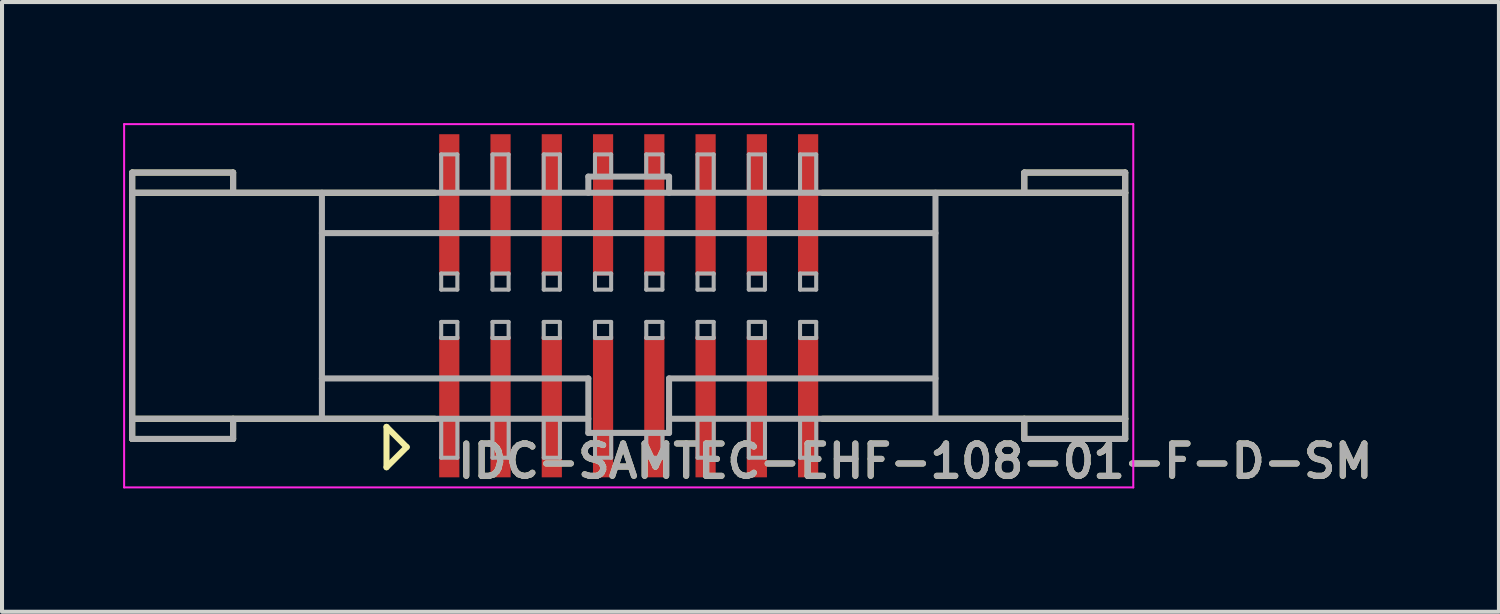
<source format=kicad_pcb>
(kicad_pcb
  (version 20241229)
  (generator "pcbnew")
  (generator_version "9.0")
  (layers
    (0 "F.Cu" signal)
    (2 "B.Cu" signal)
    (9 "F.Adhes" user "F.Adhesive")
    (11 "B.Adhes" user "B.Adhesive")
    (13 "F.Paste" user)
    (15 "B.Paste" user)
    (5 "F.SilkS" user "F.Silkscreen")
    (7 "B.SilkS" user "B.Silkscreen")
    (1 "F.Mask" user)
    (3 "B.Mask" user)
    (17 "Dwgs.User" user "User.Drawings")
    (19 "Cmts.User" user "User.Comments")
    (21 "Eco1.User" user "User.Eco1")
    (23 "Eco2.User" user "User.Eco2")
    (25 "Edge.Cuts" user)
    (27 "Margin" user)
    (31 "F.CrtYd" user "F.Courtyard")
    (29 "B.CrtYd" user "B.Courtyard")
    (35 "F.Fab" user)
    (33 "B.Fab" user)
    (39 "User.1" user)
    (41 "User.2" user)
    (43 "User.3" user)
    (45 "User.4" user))
  (footprint "IDC-SAMTEC-EHF-108-01-F-D-SM"
    (layer "F.Cu")
    (at 12.525 4.525)
    (property "Reference" "IDC-SAMTEC-EHF-108-01-F-D-SM" (at 7.1 3.85 0) (layer "F.SilkS") (effects (font (size 0.8 0.8) (thickness 0.15))))
    (attr smd)
    (fp_line (start -12.3 -3.3) (end -9.8 -3.3) (stroke (width 0.15) (type solid)) (layer "F.SilkS"))
    (fp_line (start -12.3 -2.8) (end -12.3 -3.3) (stroke (width 0.15) (type solid)) (layer "F.SilkS"))
    (fp_line (start -12.3 2.8) (end -12.3 -2.8) (stroke (width 0.15) (type solid)) (layer "F.SilkS"))
    (fp_line (start -12.3 2.8) (end -12.3 3.3) (stroke (width 0.15) (type solid)) (layer "F.SilkS"))
    (fp_line (start -12.3 2.8) (end -4.8 2.8) (stroke (width 0.15) (type solid)) (layer "F.SilkS"))
    (fp_line (start -12.3 3.3) (end -9.8 3.3) (stroke (width 0.15) (type solid)) (layer "F.SilkS"))
    (fp_line (start -9.8 -3.3) (end -9.8 -2.8) (stroke (width 0.15) (type solid)) (layer "F.SilkS"))
    (fp_line (start -9.8 3.3) (end -9.8 2.8) (stroke (width 0.15) (type solid)) (layer "F.SilkS"))
    (fp_line (start -6 3) (end -6 4) (stroke (width 0.15) (type solid)) (layer "F.SilkS"))
    (fp_line (start -6 4) (end -5.5 3.5) (stroke (width 0.15) (type solid)) (layer "F.SilkS"))
    (fp_line (start -5.5 3.5) (end -6 3) (stroke (width 0.15) (type solid)) (layer "F.SilkS"))
    (fp_line (start -4.8 -2.8) (end -12.3 -2.8) (stroke (width 0.15) (type solid)) (layer "F.SilkS"))
    (fp_line (start 4.8 2.8) (end 12.3 2.8) (stroke (width 0.15) (type solid)) (layer "F.SilkS"))
    (fp_line (start 9.8 -3.3) (end 9.8 -2.8) (stroke (width 0.15) (type solid)) (layer "F.SilkS"))
    (fp_line (start 9.8 3.3) (end 9.8 2.8) (stroke (width 0.15) (type solid)) (layer "F.SilkS"))
    (fp_line (start 12.3 -3.3) (end 9.8 -3.3) (stroke (width 0.15) (type solid)) (layer "F.SilkS"))
    (fp_line (start 12.3 -2.8) (end 4.8 -2.8) (stroke (width 0.15) (type solid)) (layer "F.SilkS"))
    (fp_line (start 12.3 -2.8) (end 12.3 -3.3) (stroke (width 0.15) (type solid)) (layer "F.SilkS"))
    (fp_line (start 12.3 -2.8) (end 12.3 2.8) (stroke (width 0.15) (type solid)) (layer "F.SilkS"))
    (fp_line (start 12.3 2.8) (end 12.3 3.3) (stroke (width 0.15) (type solid)) (layer "F.SilkS"))
    (fp_line (start 12.3 3.3) (end 9.8 3.3) (stroke (width 0.15) (type solid)) (layer "F.SilkS"))
    (fp_line (start -12.5 -4.5) (end 12.5 -4.5) (stroke (width 0.05) (type solid)) (layer "F.CrtYd"))
    (fp_line (start -12.5 4.5) (end -12.5 -4.5) (stroke (width 0.05) (type solid)) (layer "F.CrtYd"))
    (fp_line (start 12.5 -4.5) (end 12.5 4.5) (stroke (width 0.05) (type solid)) (layer "F.CrtYd"))
    (fp_line (start 12.5 4.5) (end -12.5 4.5) (stroke (width 0.05) (type solid)) (layer "F.CrtYd"))
    (fp_line (start -12.3 -3.3) (end -12.3 -2.8) (stroke (width 0.15) (type solid)) (layer "F.Fab"))
    (fp_line (start -12.3 -2.8) (end 12.3 -2.8) (stroke (width 0.15) (type solid)) (layer "F.Fab"))
    (fp_line (start -12.3 2.8) (end -12.3 -2.8) (stroke (width 0.15) (type solid)) (layer "F.Fab"))
    (fp_line (start -12.3 2.8) (end -12.3 3.3) (stroke (width 0.15) (type solid)) (layer "F.Fab"))
    (fp_line (start -12.3 2.8) (end -1 2.8) (stroke (width 0.15) (type solid)) (layer "F.Fab"))
    (fp_line (start -12.3 3.3) (end -9.8 3.3) (stroke (width 0.15) (type solid)) (layer "F.Fab"))
    (fp_line (start -9.8 -3.3) (end -12.3 -3.3) (stroke (width 0.15) (type solid)) (layer "F.Fab"))
    (fp_line (start -9.8 -2.8) (end -9.8 -3.3) (stroke (width 0.15) (type solid)) (layer "F.Fab"))
    (fp_line (start -9.8 3.3) (end -9.8 2.8) (stroke (width 0.15) (type solid)) (layer "F.Fab"))
    (fp_line (start -7.6 -2.8) (end -7.6 2.8) (stroke (width 0.15) (type solid)) (layer "F.Fab"))
    (fp_line (start -7.6 -1.8) (end 7.6 -1.8) (stroke (width 0.15) (type solid)) (layer "F.Fab"))
    (fp_line (start -7.6 1.8) (end -1 1.8) (stroke (width 0.15) (type solid)) (layer "F.Fab"))
    (fp_line (start -4.645 -3.75) (end -4.245 -3.75) (stroke (width 0.1) (type solid)) (layer "F.Fab"))
    (fp_line (start -4.645 -2.8) (end -4.645 -3.75) (stroke (width 0.1) (type solid)) (layer "F.Fab"))
    (fp_line (start -4.645 -0.8) (end -4.245 -0.8) (stroke (width 0.1) (type solid)) (layer "F.Fab"))
    (fp_line (start -4.645 -0.4) (end -4.645 -0.8) (stroke (width 0.1) (type solid)) (layer "F.Fab"))
    (fp_line (start -4.645 0.4) (end -4.245 0.4) (stroke (width 0.1) (type solid)) (layer "F.Fab"))
    (fp_line (start -4.645 0.8) (end -4.645 0.4) (stroke (width 0.1) (type solid)) (layer "F.Fab"))
    (fp_line (start -4.644 3.765) (end -4.644 2.815) (stroke (width 0.1) (type solid)) (layer "F.Fab"))
    (fp_line (start -4.245 -3.75) (end -4.245 -2.8) (stroke (width 0.1) (type solid)) (layer "F.Fab"))
    (fp_line (start -4.245 -0.8) (end -4.245 -0.4) (stroke (width 0.1) (type solid)) (layer "F.Fab"))
    (fp_line (start -4.245 -0.4) (end -4.645 -0.4) (stroke (width 0.1) (type solid)) (layer "F.Fab"))
    (fp_line (start -4.245 0.4) (end -4.245 0.8) (stroke (width 0.1) (type solid)) (layer "F.Fab"))
    (fp_line (start -4.245 0.8) (end -4.645 0.8) (stroke (width 0.1) (type solid)) (layer "F.Fab"))
    (fp_line (start -4.244 2.815) (end -4.244 3.765) (stroke (width 0.1) (type solid)) (layer "F.Fab"))
    (fp_line (start -4.244 3.765) (end -4.644 3.765) (stroke (width 0.1) (type solid)) (layer "F.Fab"))
    (fp_line (start -3.375 -3.75) (end -2.975 -3.75) (stroke (width 0.1) (type solid)) (layer "F.Fab"))
    (fp_line (start -3.375 -2.8) (end -3.375 -3.75) (stroke (width 0.1) (type solid)) (layer "F.Fab"))
    (fp_line (start -3.375 -0.8) (end -2.975 -0.8) (stroke (width 0.1) (type solid)) (layer "F.Fab"))
    (fp_line (start -3.375 -0.4) (end -3.375 -0.8) (stroke (width 0.1) (type solid)) (layer "F.Fab"))
    (fp_line (start -3.375 0.4) (end -2.975 0.4) (stroke (width 0.1) (type solid)) (layer "F.Fab"))
    (fp_line (start -3.375 0.8) (end -3.375 0.4) (stroke (width 0.1) (type solid)) (layer "F.Fab"))
    (fp_line (start -3.374 3.765) (end -3.374 2.815) (stroke (width 0.1) (type solid)) (layer "F.Fab"))
    (fp_line (start -2.975 -3.75) (end -2.975 -2.8) (stroke (width 0.1) (type solid)) (layer "F.Fab"))
    (fp_line (start -2.975 -0.8) (end -2.975 -0.4) (stroke (width 0.1) (type solid)) (layer "F.Fab"))
    (fp_line (start -2.975 -0.4) (end -3.375 -0.4) (stroke (width 0.1) (type solid)) (layer "F.Fab"))
    (fp_line (start -2.975 0.4) (end -2.975 0.8) (stroke (width 0.1) (type solid)) (layer "F.Fab"))
    (fp_line (start -2.975 0.8) (end -3.375 0.8) (stroke (width 0.1) (type solid)) (layer "F.Fab"))
    (fp_line (start -2.974 2.815) (end -2.974 3.765) (stroke (width 0.1) (type solid)) (layer "F.Fab"))
    (fp_line (start -2.974 3.765) (end -3.374 3.765) (stroke (width 0.1) (type solid)) (layer "F.Fab"))
    (fp_line (start -2.105 -3.75) (end -1.705 -3.75) (stroke (width 0.1) (type solid)) (layer "F.Fab"))
    (fp_line (start -2.105 -2.8) (end -2.105 -3.75) (stroke (width 0.1) (type solid)) (layer "F.Fab"))
    (fp_line (start -2.105 -0.8) (end -1.705 -0.8) (stroke (width 0.1) (type solid)) (layer "F.Fab"))
    (fp_line (start -2.105 -0.4) (end -2.105 -0.8) (stroke (width 0.1) (type solid)) (layer "F.Fab"))
    (fp_line (start -2.105 0.4) (end -1.705 0.4) (stroke (width 0.1) (type solid)) (layer "F.Fab"))
    (fp_line (start -2.105 0.8) (end -2.105 0.4) (stroke (width 0.1) (type solid)) (layer "F.Fab"))
    (fp_line (start -2.104 3.765) (end -2.104 2.815) (stroke (width 0.1) (type solid)) (layer "F.Fab"))
    (fp_line (start -1.705 -3.75) (end -1.705 -2.8) (stroke (width 0.1) (type solid)) (layer "F.Fab"))
    (fp_line (start -1.705 -0.8) (end -1.705 -0.4) (stroke (width 0.1) (type solid)) (layer "F.Fab"))
    (fp_line (start -1.705 -0.4) (end -2.105 -0.4) (stroke (width 0.1) (type solid)) (layer "F.Fab"))
    (fp_line (start -1.705 0.4) (end -1.705 0.8) (stroke (width 0.1) (type solid)) (layer "F.Fab"))
    (fp_line (start -1.705 0.8) (end -2.105 0.8) (stroke (width 0.1) (type solid)) (layer "F.Fab"))
    (fp_line (start -1.704 2.815) (end -1.704 3.765) (stroke (width 0.1) (type solid)) (layer "F.Fab"))
    (fp_line (start -1.704 3.765) (end -2.104 3.765) (stroke (width 0.1) (type solid)) (layer "F.Fab"))
    (fp_line (start -1 -3.2) (end 1 -3.2) (stroke (width 0.15) (type solid)) (layer "F.Fab"))
    (fp_line (start -1 -2.8) (end -1 -3.2) (stroke (width 0.15) (type solid)) (layer "F.Fab"))
    (fp_line (start -1 1.8) (end -1 3.15) (stroke (width 0.15) (type solid)) (layer "F.Fab"))
    (fp_line (start -1 3.15) (end 1 3.15) (stroke (width 0.15) (type solid)) (layer "F.Fab"))
    (fp_line (start -0.835 -3.75) (end -0.435 -3.75) (stroke (width 0.1) (type solid)) (layer "F.Fab"))
    (fp_line (start -0.835 -3.2) (end -0.835 -3.75) (stroke (width 0.1) (type solid)) (layer "F.Fab"))
    (fp_line (start -0.835 -0.8) (end -0.435 -0.8) (stroke (width 0.1) (type solid)) (layer "F.Fab"))
    (fp_line (start -0.835 -0.4) (end -0.835 -0.8) (stroke (width 0.1) (type solid)) (layer "F.Fab"))
    (fp_line (start -0.835 0.4) (end -0.435 0.4) (stroke (width 0.1) (type solid)) (layer "F.Fab"))
    (fp_line (start -0.835 0.8) (end -0.835 0.4) (stroke (width 0.1) (type solid)) (layer "F.Fab"))
    (fp_line (start -0.834 3.765) (end -0.834 3.15) (stroke (width 0.1) (type solid)) (layer "F.Fab"))
    (fp_line (start -0.435 -3.75) (end -0.435 -3.2) (stroke (width 0.1) (type solid)) (layer "F.Fab"))
    (fp_line (start -0.435 -0.8) (end -0.435 -0.4) (stroke (width 0.1) (type solid)) (layer "F.Fab"))
    (fp_line (start -0.435 -0.4) (end -0.835 -0.4) (stroke (width 0.1) (type solid)) (layer "F.Fab"))
    (fp_line (start -0.435 0.4) (end -0.435 0.8) (stroke (width 0.1) (type solid)) (layer "F.Fab"))
    (fp_line (start -0.435 0.8) (end -0.835 0.8) (stroke (width 0.1) (type solid)) (layer "F.Fab"))
    (fp_line (start -0.434 3.15) (end -0.434 3.765) (stroke (width 0.1) (type solid)) (layer "F.Fab"))
    (fp_line (start -0.434 3.765) (end -0.834 3.765) (stroke (width 0.1) (type solid)) (layer "F.Fab"))
    (fp_line (start 0.435 -3.75) (end 0.835 -3.75) (stroke (width 0.1) (type solid)) (layer "F.Fab"))
    (fp_line (start 0.435 -3.2) (end 0.435 -3.75) (stroke (width 0.1) (type solid)) (layer "F.Fab"))
    (fp_line (start 0.435 -0.8) (end 0.835 -0.8) (stroke (width 0.1) (type solid)) (layer "F.Fab"))
    (fp_line (start 0.435 -0.4) (end 0.435 -0.8) (stroke (width 0.1) (type solid)) (layer "F.Fab"))
    (fp_line (start 0.435 0.4) (end 0.835 0.4) (stroke (width 0.1) (type solid)) (layer "F.Fab"))
    (fp_line (start 0.435 0.8) (end 0.435 0.4) (stroke (width 0.1) (type solid)) (layer "F.Fab"))
    (fp_line (start 0.436 3.765) (end 0.436 3.15) (stroke (width 0.1) (type solid)) (layer "F.Fab"))
    (fp_line (start 0.835 -3.75) (end 0.835 -3.2) (stroke (width 0.1) (type solid)) (layer "F.Fab"))
    (fp_line (start 0.835 -0.8) (end 0.835 -0.4) (stroke (width 0.1) (type solid)) (layer "F.Fab"))
    (fp_line (start 0.835 -0.4) (end 0.435 -0.4) (stroke (width 0.1) (type solid)) (layer "F.Fab"))
    (fp_line (start 0.835 0.4) (end 0.835 0.8) (stroke (width 0.1) (type solid)) (layer "F.Fab"))
    (fp_line (start 0.835 0.8) (end 0.435 0.8) (stroke (width 0.1) (type solid)) (layer "F.Fab"))
    (fp_line (start 0.836 3.15) (end 0.836 3.765) (stroke (width 0.1) (type solid)) (layer "F.Fab"))
    (fp_line (start 0.836 3.765) (end 0.436 3.765) (stroke (width 0.1) (type solid)) (layer "F.Fab"))
    (fp_line (start 1 -3.2) (end 1 -2.8) (stroke (width 0.15) (type solid)) (layer "F.Fab"))
    (fp_line (start 1 1.8) (end 7.6 1.8) (stroke (width 0.15) (type solid)) (layer "F.Fab"))
    (fp_line (start 1 2.8) (end 12.3 2.8) (stroke (width 0.15) (type solid)) (layer "F.Fab"))
    (fp_line (start 1 3.15) (end 1 1.8) (stroke (width 0.15) (type solid)) (layer "F.Fab"))
    (fp_line (start 1.705 -3.75) (end 2.105 -3.75) (stroke (width 0.1) (type solid)) (layer "F.Fab"))
    (fp_line (start 1.705 -2.8) (end 1.705 -3.75) (stroke (width 0.1) (type solid)) (layer "F.Fab"))
    (fp_line (start 1.705 -0.8) (end 2.105 -0.8) (stroke (width 0.1) (type solid)) (layer "F.Fab"))
    (fp_line (start 1.705 -0.4) (end 1.705 -0.8) (stroke (width 0.1) (type solid)) (layer "F.Fab"))
    (fp_line (start 1.705 0.4) (end 2.105 0.4) (stroke (width 0.1) (type solid)) (layer "F.Fab"))
    (fp_line (start 1.705 0.8) (end 1.705 0.4) (stroke (width 0.1) (type solid)) (layer "F.Fab"))
    (fp_line (start 1.706 3.765) (end 1.706 2.815) (stroke (width 0.1) (type solid)) (layer "F.Fab"))
    (fp_line (start 2.105 -3.75) (end 2.105 -2.8) (stroke (width 0.1) (type solid)) (layer "F.Fab"))
    (fp_line (start 2.105 -0.8) (end 2.105 -0.4) (stroke (width 0.1) (type solid)) (layer "F.Fab"))
    (fp_line (start 2.105 -0.4) (end 1.705 -0.4) (stroke (width 0.1) (type solid)) (layer "F.Fab"))
    (fp_line (start 2.105 0.4) (end 2.105 0.8) (stroke (width 0.1) (type solid)) (layer "F.Fab"))
    (fp_line (start 2.105 0.8) (end 1.705 0.8) (stroke (width 0.1) (type solid)) (layer "F.Fab"))
    (fp_line (start 2.106 2.815) (end 2.106 3.765) (stroke (width 0.1) (type solid)) (layer "F.Fab"))
    (fp_line (start 2.106 3.765) (end 1.706 3.765) (stroke (width 0.1) (type solid)) (layer "F.Fab"))
    (fp_line (start 2.975 -3.75) (end 3.375 -3.75) (stroke (width 0.1) (type solid)) (layer "F.Fab"))
    (fp_line (start 2.975 -2.8) (end 2.975 -3.75) (stroke (width 0.1) (type solid)) (layer "F.Fab"))
    (fp_line (start 2.975 -0.8) (end 3.375 -0.8) (stroke (width 0.1) (type solid)) (layer "F.Fab"))
    (fp_line (start 2.975 -0.4) (end 2.975 -0.8) (stroke (width 0.1) (type solid)) (layer "F.Fab"))
    (fp_line (start 2.975 0.4) (end 3.375 0.4) (stroke (width 0.1) (type solid)) (layer "F.Fab"))
    (fp_line (start 2.975 0.8) (end 2.975 0.4) (stroke (width 0.1) (type solid)) (layer "F.Fab"))
    (fp_line (start 2.976 3.765) (end 2.976 2.815) (stroke (width 0.1) (type solid)) (layer "F.Fab"))
    (fp_line (start 3.375 -3.75) (end 3.375 -2.8) (stroke (width 0.1) (type solid)) (layer "F.Fab"))
    (fp_line (start 3.375 -0.8) (end 3.375 -0.4) (stroke (width 0.1) (type solid)) (layer "F.Fab"))
    (fp_line (start 3.375 -0.4) (end 2.975 -0.4) (stroke (width 0.1) (type solid)) (layer "F.Fab"))
    (fp_line (start 3.375 0.4) (end 3.375 0.8) (stroke (width 0.1) (type solid)) (layer "F.Fab"))
    (fp_line (start 3.375 0.8) (end 2.975 0.8) (stroke (width 0.1) (type solid)) (layer "F.Fab"))
    (fp_line (start 3.376 2.815) (end 3.376 3.765) (stroke (width 0.1) (type solid)) (layer "F.Fab"))
    (fp_line (start 3.376 3.765) (end 2.976 3.765) (stroke (width 0.1) (type solid)) (layer "F.Fab"))
    (fp_line (start 4.245 -3.75) (end 4.645 -3.75) (stroke (width 0.1) (type solid)) (layer "F.Fab"))
    (fp_line (start 4.245 -2.8) (end 4.245 -3.75) (stroke (width 0.1) (type solid)) (layer "F.Fab"))
    (fp_line (start 4.245 -0.8) (end 4.645 -0.8) (stroke (width 0.1) (type solid)) (layer "F.Fab"))
    (fp_line (start 4.245 -0.4) (end 4.245 -0.8) (stroke (width 0.1) (type solid)) (layer "F.Fab"))
    (fp_line (start 4.245 0.4) (end 4.645 0.4) (stroke (width 0.1) (type solid)) (layer "F.Fab"))
    (fp_line (start 4.245 0.8) (end 4.245 0.4) (stroke (width 0.1) (type solid)) (layer "F.Fab"))
    (fp_line (start 4.246 3.765) (end 4.246 2.815) (stroke (width 0.1) (type solid)) (layer "F.Fab"))
    (fp_line (start 4.645 -3.75) (end 4.645 -2.8) (stroke (width 0.1) (type solid)) (layer "F.Fab"))
    (fp_line (start 4.645 -0.8) (end 4.645 -0.4) (stroke (width 0.1) (type solid)) (layer "F.Fab"))
    (fp_line (start 4.645 -0.4) (end 4.245 -0.4) (stroke (width 0.1) (type solid)) (layer "F.Fab"))
    (fp_line (start 4.645 0.4) (end 4.645 0.8) (stroke (width 0.1) (type solid)) (layer "F.Fab"))
    (fp_line (start 4.645 0.8) (end 4.245 0.8) (stroke (width 0.1) (type solid)) (layer "F.Fab"))
    (fp_line (start 4.646 2.815) (end 4.646 3.765) (stroke (width 0.1) (type solid)) (layer "F.Fab"))
    (fp_line (start 4.646 3.765) (end 4.246 3.765) (stroke (width 0.1) (type solid)) (layer "F.Fab"))
    (fp_line (start 7.6 -2.8) (end 7.6 2.8) (stroke (width 0.15) (type solid)) (layer "F.Fab"))
    (fp_line (start 9.8 -3.3) (end 12.3 -3.3) (stroke (width 0.15) (type solid)) (layer "F.Fab"))
    (fp_line (start 9.8 -2.8) (end 9.8 -3.3) (stroke (width 0.15) (type solid)) (layer "F.Fab"))
    (fp_line (start 9.8 2.8) (end 9.8 3.3) (stroke (width 0.15) (type solid)) (layer "F.Fab"))
    (fp_line (start 9.8 3.3) (end 12.3 3.3) (stroke (width 0.15) (type solid)) (layer "F.Fab"))
    (fp_line (start 12.3 -3.3) (end 12.3 -2.8) (stroke (width 0.15) (type solid)) (layer "F.Fab"))
    (fp_line (start 12.3 -2.8) (end 12.3 2.8) (stroke (width 0.15) (type solid)) (layer "F.Fab"))
    (fp_line (start 12.3 3.3) (end 12.3 2.8) (stroke (width 0.15) (type solid)) (layer "F.Fab"))
    (fp_text user "${REFERENCE}" (at 7.1 3.85 0) (layer "F.Fab") (effects (font (size 0.8 0.8) (thickness 0.15))))
    (pad "1" smd rect (at -4.445 2.5) (size 0.5 3.5) (layers "F.Cu" "F.Mask" "F.Paste"))
    (pad "2" smd rect (at -4.445 -2.5) (size 0.5 3.5) (layers "F.Cu" "F.Mask" "F.Paste"))
    (pad "3" smd rect (at -3.175 2.5) (size 0.5 3.5) (layers "F.Cu" "F.Mask" "F.Paste"))
    (pad "4" smd rect (at -3.175 -2.5) (size 0.5 3.5) (layers "F.Cu" "F.Mask" "F.Paste"))
    (pad "5" smd rect (at -1.905 2.5) (size 0.5 3.5) (layers "F.Cu" "F.Mask" "F.Paste"))
    (pad "6" smd rect (at -1.905 -2.5) (size 0.5 3.5) (layers "F.Cu" "F.Mask" "F.Paste"))
    (pad "7" smd rect (at -0.635 2.5) (size 0.5 3.5) (layers "F.Cu" "F.Mask" "F.Paste"))
    (pad "8" smd rect (at -0.635 -2.5) (size 0.5 3.5) (layers "F.Cu" "F.Mask" "F.Paste"))
    (pad "9" smd rect (at 0.635 2.5) (size 0.5 3.5) (layers "F.Cu" "F.Mask" "F.Paste"))
    (pad "10" smd rect (at 0.635 -2.5) (size 0.5 3.5) (layers "F.Cu" "F.Mask" "F.Paste"))
    (pad "11" smd rect (at 1.905 2.5) (size 0.5 3.5) (layers "F.Cu" "F.Mask" "F.Paste"))
    (pad "12" smd rect (at 1.905 -2.5) (size 0.5 3.5) (layers "F.Cu" "F.Mask" "F.Paste"))
    (pad "13" smd rect (at 3.175 2.5) (size 0.5 3.5) (layers "F.Cu" "F.Mask" "F.Paste"))
    (pad "14" smd rect (at 3.175 -2.5) (size 0.5 3.5) (layers "F.Cu" "F.Mask" "F.Paste"))
    (pad "15" smd rect (at 4.445 2.5) (size 0.5 3.5) (layers "F.Cu" "F.Mask" "F.Paste"))
    (pad "16" smd rect (at 4.445 -2.5) (size 0.5 3.5) (layers "F.Cu" "F.Mask" "F.Paste")))
  (gr_rect
    (start -3 -3)
    (end 34.084 12.106)
    (stroke (width 0.1) (type default))
    (fill no)
    (layer "Edge.Cuts")))
</source>
